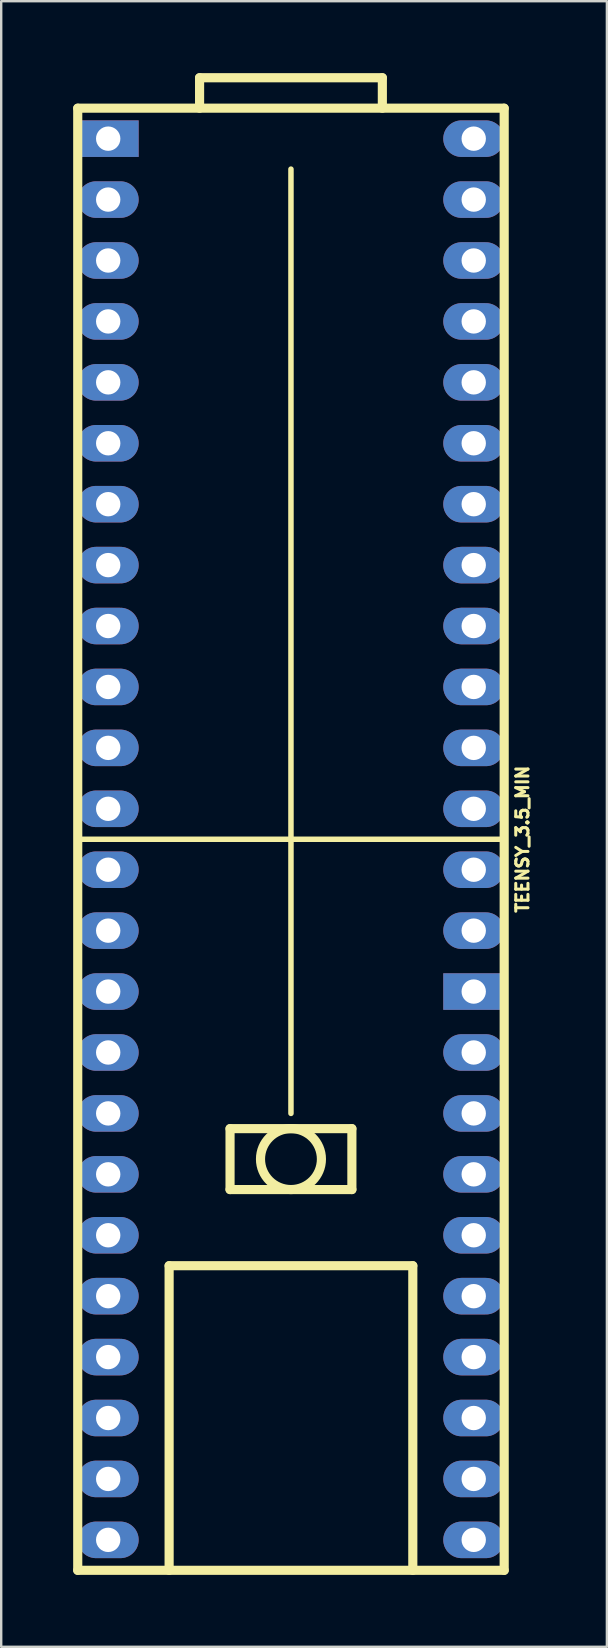
<source format=kicad_pcb>
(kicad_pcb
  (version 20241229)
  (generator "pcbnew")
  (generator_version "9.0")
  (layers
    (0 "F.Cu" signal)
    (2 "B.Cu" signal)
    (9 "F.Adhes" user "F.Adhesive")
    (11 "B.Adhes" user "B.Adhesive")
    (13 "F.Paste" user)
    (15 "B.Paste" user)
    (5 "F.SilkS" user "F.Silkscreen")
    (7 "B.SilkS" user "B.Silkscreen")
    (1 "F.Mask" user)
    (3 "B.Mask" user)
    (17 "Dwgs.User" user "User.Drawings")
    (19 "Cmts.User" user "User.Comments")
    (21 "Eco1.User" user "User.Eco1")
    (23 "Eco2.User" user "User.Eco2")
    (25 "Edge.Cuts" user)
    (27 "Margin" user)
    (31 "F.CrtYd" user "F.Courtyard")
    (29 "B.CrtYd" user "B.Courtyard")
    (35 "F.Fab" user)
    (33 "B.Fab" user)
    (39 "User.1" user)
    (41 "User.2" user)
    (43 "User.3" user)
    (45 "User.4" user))
  (footprint "TEENSY_3.5_MIN"
    (layer "F.Cu")
    (at 9.081 19.241)
    (property "Reference" "TEENSY_3.5_MIN" (at 9.652 12.7 90) (layer "F.SilkS") (effects (font (size 0.508 0.508) (thickness 0.127))))
    (attr through_hole)
    (fp_line (start -8.89 -17.78) (end -8.89 43.18) (stroke (width 0.381) (type solid)) (layer "F.SilkS"))
    (fp_line (start -8.89 12.7) (end 8.89 12.7) (stroke (width 0.229) (type solid)) (layer "F.SilkS"))
    (fp_line (start -8.89 43.18) (end 8.89 43.18) (stroke (width 0.381) (type solid)) (layer "F.SilkS"))
    (fp_line (start -5.08 30.48) (end 5.08 30.48) (stroke (width 0.381) (type solid)) (layer "F.SilkS"))
    (fp_line (start -5.08 43.18) (end -5.08 30.48) (stroke (width 0.381) (type solid)) (layer "F.SilkS"))
    (fp_line (start -3.81 -19.05) (end 3.81 -19.05) (stroke (width 0.381) (type solid)) (layer "F.SilkS"))
    (fp_line (start -3.81 -17.78) (end -3.81 -19.05) (stroke (width 0.381) (type solid)) (layer "F.SilkS"))
    (fp_line (start -2.54 24.765) (end -2.54 27.305) (stroke (width 0.381) (type solid)) (layer "F.SilkS"))
    (fp_line (start -2.54 27.305) (end 2.54 27.305) (stroke (width 0.381) (type solid)) (layer "F.SilkS"))
    (fp_line (start 0 24.13) (end 0 -15.24) (stroke (width 0.229) (type solid)) (layer "F.SilkS"))
    (fp_line (start 2.54 24.765) (end -2.54 24.765) (stroke (width 0.381) (type solid)) (layer "F.SilkS"))
    (fp_line (start 2.54 27.305) (end 2.54 24.765) (stroke (width 0.381) (type solid)) (layer "F.SilkS"))
    (fp_line (start 3.81 -19.05) (end 3.81 -17.78) (stroke (width 0.381) (type solid)) (layer "F.SilkS"))
    (fp_line (start 5.08 30.48) (end 5.08 43.18) (stroke (width 0.381) (type solid)) (layer "F.SilkS"))
    (fp_line (start 8.89 -17.78) (end -8.89 -17.78) (stroke (width 0.381) (type solid)) (layer "F.SilkS"))
    (fp_line (start 8.89 -17.78) (end 8.89 43.18) (stroke (width 0.381) (type solid)) (layer "F.SilkS"))
    (fp_circle (center 0 26.035) (end 0 24.765) (stroke (width 0.381) (type solid)) (fill no) (layer "F.SilkS"))
    (pad "" thru_hole oval (at -7.62 19.05) (size 2.54 1.524) (drill 1.016) (layers "*.Cu" "*.Mask"))
    (pad "" thru_hole rect (at 7.62 19.05) (size 2.54 1.524) (drill 1.016) (layers "*.Cu" "*.Mask"))
    (pad "0" thru_hole oval (at -7.62 -13.97) (size 2.54 1.524) (drill 1.016) (layers "*.Cu" "*.Mask"))
    (pad "1" thru_hole oval (at -7.62 -11.43) (size 2.54 1.524) (drill 1.016) (layers "*.Cu" "*.Mask"))
    (pad "2" thru_hole oval (at -7.62 -8.89) (size 2.54 1.524) (drill 1.016) (layers "*.Cu" "*.Mask"))
    (pad "3" thru_hole oval (at -7.62 -6.35) (size 2.54 1.524) (drill 1.016) (layers "*.Cu" "*.Mask"))
    (pad "3V3" thru_hole oval (at 7.62 -11.43) (size 2.54 1.524) (drill 1.016) (layers "*.Cu" "*.Mask"))
    (pad "4" thru_hole oval (at -7.62 -3.81) (size 2.54 1.524) (drill 1.016) (layers "*.Cu" "*.Mask"))
    (pad "5" thru_hole oval (at -7.62 -1.27) (size 2.54 1.524) (drill 1.016) (layers "*.Cu" "*.Mask"))
    (pad "6" thru_hole oval (at -7.62 1.27) (size 2.54 1.524) (drill 1.016) (layers "*.Cu" "*.Mask"))
    (pad "7" thru_hole oval (at -7.62 3.81) (size 2.54 1.524) (drill 1.016) (layers "*.Cu" "*.Mask"))
    (pad "8" thru_hole oval (at -7.62 6.35) (size 2.54 1.524) (drill 1.016) (layers "*.Cu" "*.Mask"))
    (pad "9" thru_hole oval (at -7.62 8.89) (size 2.54 1.524) (drill 1.016) (layers "*.Cu" "*.Mask"))
    (pad "10" thru_hole oval (at -7.62 11.43) (size 2.54 1.524) (drill 1.016) (layers "*.Cu" "*.Mask"))
    (pad "11" thru_hole oval (at -7.62 13.97) (size 2.54 1.524) (drill 1.016) (layers "*.Cu" "*.Mask"))
    (pad "12" thru_hole oval (at -7.62 16.51) (size 2.54 1.524) (drill 1.016) (layers "*.Cu" "*.Mask"))
    (pad "13" thru_hole oval (at 7.62 16.51) (size 2.54 1.524) (drill 1.016) (layers "*.Cu" "*.Mask"))
    (pad "14" thru_hole oval (at 7.62 13.97) (size 2.54 1.524) (drill 1.016) (layers "*.Cu" "*.Mask"))
    (pad "15" thru_hole oval (at 7.62 11.43) (size 2.54 1.524) (drill 1.016) (layers "*.Cu" "*.Mask"))
    (pad "16" thru_hole oval (at 7.62 8.89) (size 2.54 1.524) (drill 1.016) (layers "*.Cu" "*.Mask"))
    (pad "17" thru_hole oval (at 7.62 6.35) (size 2.54 1.524) (drill 1.016) (layers "*.Cu" "*.Mask"))
    (pad "18" thru_hole oval (at 7.62 3.81) (size 2.54 1.524) (drill 1.016) (layers "*.Cu" "*.Mask"))
    (pad "19" thru_hole oval (at 7.62 1.27) (size 2.54 1.524) (drill 1.016) (layers "*.Cu" "*.Mask"))
    (pad "20" thru_hole oval (at 7.62 -1.27) (size 2.54 1.524) (drill 1.016) (layers "*.Cu" "*.Mask"))
    (pad "21" thru_hole oval (at 7.62 -3.81) (size 2.54 1.524) (drill 1.016) (layers "*.Cu" "*.Mask"))
    (pad "22" thru_hole oval (at 7.62 -6.35) (size 2.54 1.524) (drill 1.016) (layers "*.Cu" "*.Mask"))
    (pad "23" thru_hole oval (at 7.62 -8.89) (size 2.54 1.524) (drill 1.016) (layers "*.Cu" "*.Mask"))
    (pad "24" thru_hole oval (at -7.62 21.59) (size 2.54 1.524) (drill 1.016) (layers "*.Cu" "*.Mask"))
    (pad "25" thru_hole oval (at -7.62 24.13) (size 2.54 1.524) (drill 1.016) (layers "*.Cu" "*.Mask"))
    (pad "26" thru_hole oval (at -7.62 26.67) (size 2.54 1.524) (drill 1.016) (layers "*.Cu" "*.Mask"))
    (pad "27" thru_hole oval (at -7.62 29.21) (size 2.54 1.524) (drill 1.016) (layers "*.Cu" "*.Mask"))
    (pad "28" thru_hole oval (at -7.62 31.75) (size 2.54 1.524) (drill 1.016) (layers "*.Cu" "*.Mask"))
    (pad "29" thru_hole oval (at -7.62 34.29) (size 2.54 1.524) (drill 1.016) (layers "*.Cu" "*.Mask"))
    (pad "30" thru_hole oval (at -7.62 36.83) (size 2.54 1.524) (drill 1.016) (layers "*.Cu" "*.Mask"))
    (pad "31" thru_hole oval (at -7.62 39.37) (size 2.54 1.524) (drill 1.016) (layers "*.Cu" "*.Mask"))
    (pad "32" thru_hole oval (at -7.62 41.91) (size 2.54 1.524) (drill 1.016) (layers "*.Cu" "*.Mask"))
    (pad "33" thru_hole oval (at 7.62 41.91) (size 2.54 1.524) (drill 1.016) (layers "*.Cu" "*.Mask"))
    (pad "34" thru_hole oval (at 7.62 39.37) (size 2.54 1.524) (drill 1.016) (layers "*.Cu" "*.Mask"))
    (pad "35" thru_hole oval (at 7.62 36.83) (size 2.54 1.524) (drill 1.016) (layers "*.Cu" "*.Mask"))
    (pad "36" thru_hole oval (at 7.62 34.29) (size 2.54 1.524) (drill 1.016) (layers "*.Cu" "*.Mask"))
    (pad "37" thru_hole oval (at 7.62 31.75) (size 2.54 1.524) (drill 1.016) (layers "*.Cu" "*.Mask"))
    (pad "38" thru_hole oval (at 7.62 29.21) (size 2.54 1.524) (drill 1.016) (layers "*.Cu" "*.Mask"))
    (pad "39" thru_hole oval (at 7.62 26.67) (size 2.54 1.524) (drill 1.016) (layers "*.Cu" "*.Mask"))
    (pad "A21" thru_hole oval (at 7.62 24.13) (size 2.54 1.524) (drill 1.016) (layers "*.Cu" "*.Mask"))
    (pad "A22" thru_hole oval (at 7.62 21.59) (size 2.54 1.524) (drill 1.016) (layers "*.Cu" "*.Mask"))
    (pad "AGND" thru_hole oval (at 7.62 -13.97) (size 2.54 1.524) (drill 1.016) (layers "*.Cu" "*.Mask"))
    (pad "GND" thru_hole rect (at -7.62 -16.51) (size 2.54 1.524) (drill 1.016) (layers "*.Cu" "*.Mask"))
    (pad "V_IN" thru_hole oval (at 7.62 -16.51) (size 2.54 1.524) (drill 1.016) (layers "*.Cu" "*.Mask")))
  (gr_rect
    (start -3 -3)
    (end 22.253 65.611)
    (stroke (width 0.1) (type default))
    (fill no)
    (layer "Edge.Cuts")))
</source>
